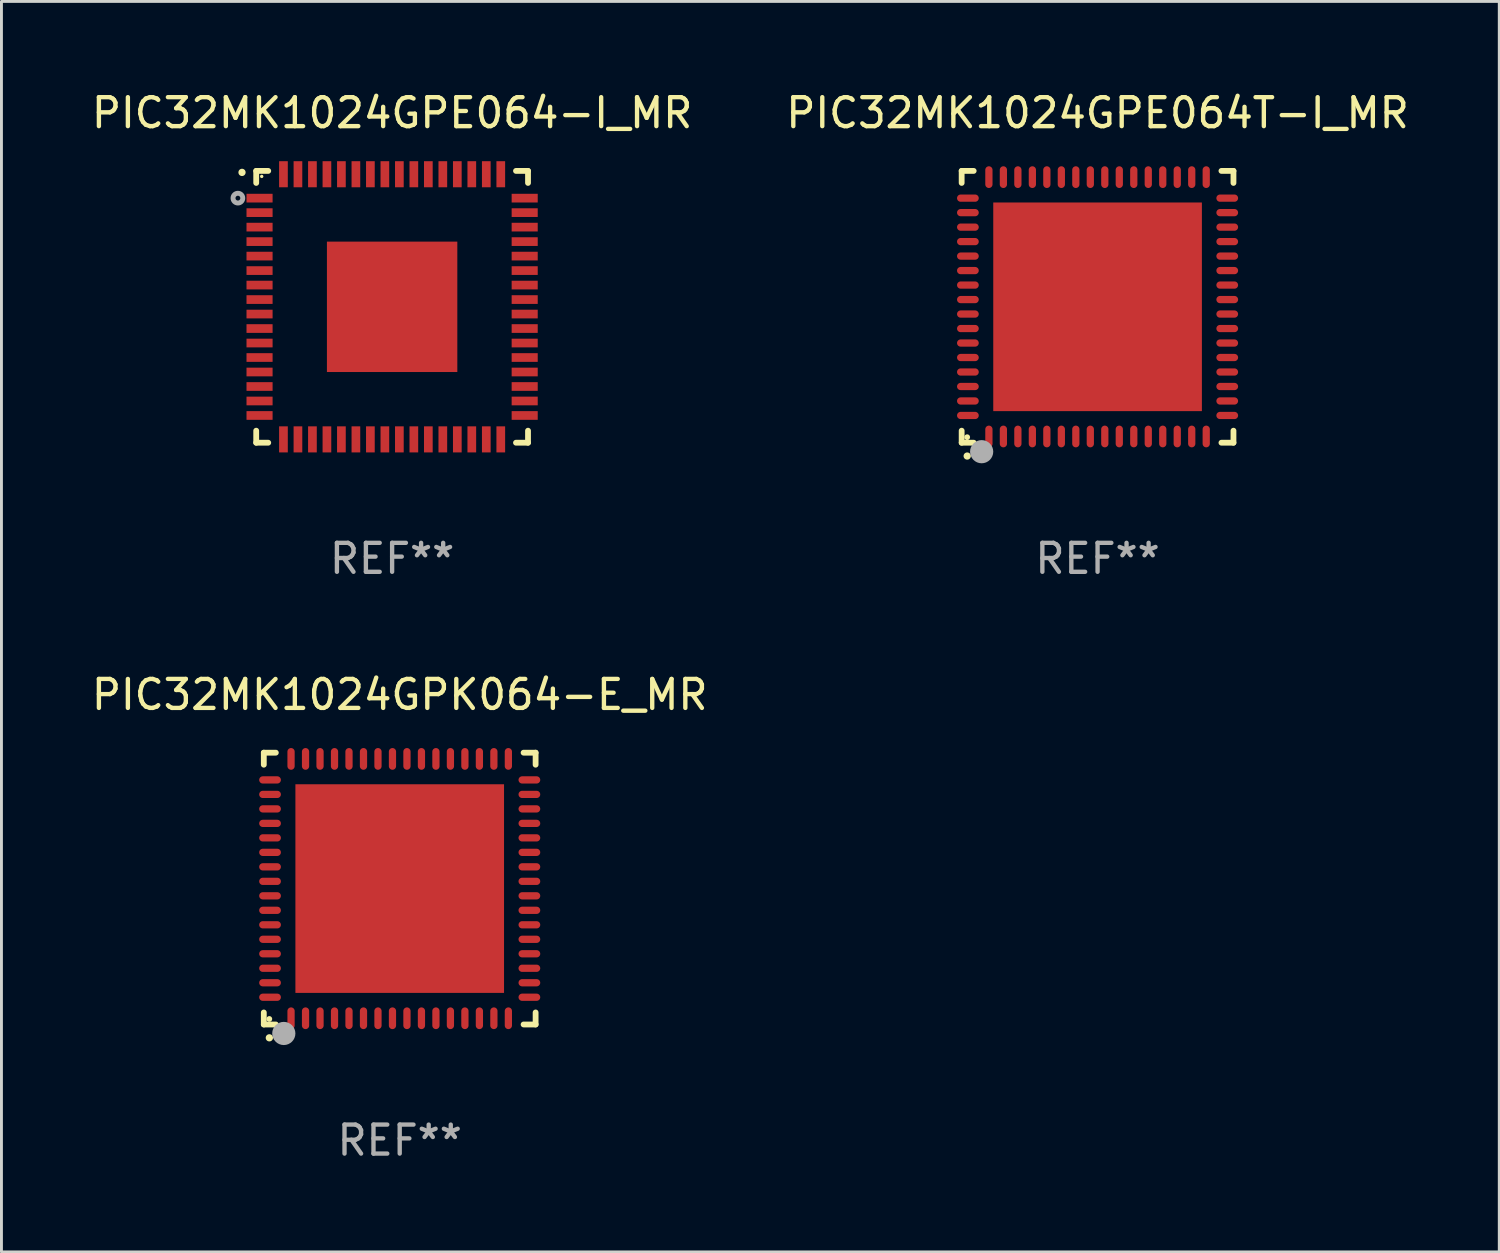
<source format=kicad_pcb>
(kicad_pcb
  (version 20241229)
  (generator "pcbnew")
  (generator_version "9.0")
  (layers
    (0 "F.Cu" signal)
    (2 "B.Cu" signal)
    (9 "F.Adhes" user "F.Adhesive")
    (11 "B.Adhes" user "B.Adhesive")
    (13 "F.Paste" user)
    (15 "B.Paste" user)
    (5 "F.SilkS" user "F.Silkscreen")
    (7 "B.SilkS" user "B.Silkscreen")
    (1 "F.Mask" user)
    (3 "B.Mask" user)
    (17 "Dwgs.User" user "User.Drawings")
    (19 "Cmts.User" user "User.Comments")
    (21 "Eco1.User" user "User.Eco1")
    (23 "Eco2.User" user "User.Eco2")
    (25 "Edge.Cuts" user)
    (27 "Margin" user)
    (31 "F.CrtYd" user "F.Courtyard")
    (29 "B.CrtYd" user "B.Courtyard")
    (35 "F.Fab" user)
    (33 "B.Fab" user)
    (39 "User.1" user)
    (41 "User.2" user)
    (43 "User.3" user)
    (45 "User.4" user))
  (footprint "PIC32MK1024GPK064-E_MR"
    (layer "F.Cu")
    (at 10.744 27.615)
    (property "Reference" "PIC32MK1024GPK064-E_MR" (at 0 -6.69 0) (layer "F.SilkS") (effects (font (size 1 1) (thickness 0.15))))
    (attr through_hole)
    (fp_line (start -4.69 -4.69) (end -4.275 -4.69) (stroke (width 0.2) (type solid)) (layer "F.SilkS"))
    (fp_line (start -4.69 -4.275) (end -4.69 -4.69) (stroke (width 0.2) (type solid)) (layer "F.SilkS"))
    (fp_line (start -4.69 4.69) (end -4.69 4.275) (stroke (width 0.2) (type solid)) (layer "F.SilkS"))
    (fp_line (start -4.275 4.69) (end -4.69 4.69) (stroke (width 0.2) (type solid)) (layer "F.SilkS"))
    (fp_line (start 4.275 4.69) (end 4.69 4.69) (stroke (width 0.2) (type solid)) (layer "F.SilkS"))
    (fp_line (start 4.69 -4.69) (end 4.275 -4.69) (stroke (width 0.2) (type solid)) (layer "F.SilkS"))
    (fp_line (start 4.69 -4.275) (end 4.69 -4.69) (stroke (width 0.2) (type solid)) (layer "F.SilkS"))
    (fp_line (start 4.69 4.69) (end 4.69 4.275) (stroke (width 0.2) (type solid)) (layer "F.SilkS"))
    (fp_arc (start -4.499886 5.15) (mid -4.498616 5.149994) (end -4.497346 5.15) (stroke (width 0.24892) (type solid)) (layer "F.SilkS"))
    (fp_circle (center -4.5 4.5) (end -4.45 4.5) (stroke (width 0.1) (type solid)) (fill no) (layer "F.SilkS"))
    (fp_circle (center -4 5) (end -3.8 5) (stroke (width 0.4) (type solid)) (fill no) (layer "F.Fab"))
    (fp_text user "REF**" (at 0 8.69 0) (layer "F.Fab") (effects (font (size 1 1) (thickness 0.15))))
    (pad "1" smd oval (at -3.75 4.475) (size 0.25 0.75) (layers "F.Cu" "F.Mask" "F.Paste"))
    (pad "2" smd oval (at -3.25 4.475) (size 0.25 0.75) (layers "F.Cu" "F.Mask" "F.Paste"))
    (pad "3" smd oval (at -2.75 4.475) (size 0.25 0.75) (layers "F.Cu" "F.Mask" "F.Paste"))
    (pad "4" smd oval (at -2.25 4.475) (size 0.25 0.75) (layers "F.Cu" "F.Mask" "F.Paste"))
    (pad "5" smd oval (at -1.75 4.475) (size 0.25 0.75) (layers "F.Cu" "F.Mask" "F.Paste"))
    (pad "6" smd oval (at -1.25 4.475) (size 0.25 0.75) (layers "F.Cu" "F.Mask" "F.Paste"))
    (pad "7" smd oval (at -0.75 4.475) (size 0.25 0.75) (layers "F.Cu" "F.Mask" "F.Paste"))
    (pad "8" smd oval (at -0.25 4.475) (size 0.25 0.75) (layers "F.Cu" "F.Mask" "F.Paste"))
    (pad "9" smd oval (at 0.25 4.475) (size 0.25 0.75) (layers "F.Cu" "F.Mask" "F.Paste"))
    (pad "10" smd oval (at 0.75 4.475) (size 0.25 0.75) (layers "F.Cu" "F.Mask" "F.Paste"))
    (pad "11" smd oval (at 1.25 4.475) (size 0.25 0.75) (layers "F.Cu" "F.Mask" "F.Paste"))
    (pad "12" smd oval (at 1.75 4.475) (size 0.25 0.75) (layers "F.Cu" "F.Mask" "F.Paste"))
    (pad "13" smd oval (at 2.25 4.475) (size 0.25 0.75) (layers "F.Cu" "F.Mask" "F.Paste"))
    (pad "14" smd oval (at 2.75 4.475) (size 0.25 0.75) (layers "F.Cu" "F.Mask" "F.Paste"))
    (pad "15" smd oval (at 3.25 4.475) (size 0.25 0.75) (layers "F.Cu" "F.Mask" "F.Paste"))
    (pad "16" smd oval (at 3.75 4.475) (size 0.25 0.75) (layers "F.Cu" "F.Mask" "F.Paste"))
    (pad "17" smd oval (at 4.475 3.75) (size 0.75 0.25) (layers "F.Cu" "F.Mask" "F.Paste"))
    (pad "18" smd oval (at 4.475 3.25) (size 0.75 0.25) (layers "F.Cu" "F.Mask" "F.Paste"))
    (pad "19" smd oval (at 4.475 2.75) (size 0.75 0.25) (layers "F.Cu" "F.Mask" "F.Paste"))
    (pad "20" smd oval (at 4.475 2.25) (size 0.75 0.25) (layers "F.Cu" "F.Mask" "F.Paste"))
    (pad "21" smd oval (at 4.475 1.75) (size 0.75 0.25) (layers "F.Cu" "F.Mask" "F.Paste"))
    (pad "22" smd oval (at 4.475 1.25) (size 0.75 0.25) (layers "F.Cu" "F.Mask" "F.Paste"))
    (pad "23" smd oval (at 4.475 0.75) (size 0.75 0.25) (layers "F.Cu" "F.Mask" "F.Paste"))
    (pad "24" smd oval (at 4.475 0.25) (size 0.75 0.25) (layers "F.Cu" "F.Mask" "F.Paste"))
    (pad "25" smd oval (at 4.475 -0.25) (size 0.75 0.25) (layers "F.Cu" "F.Mask" "F.Paste"))
    (pad "26" smd oval (at 4.475 -0.75) (size 0.75 0.25) (layers "F.Cu" "F.Mask" "F.Paste"))
    (pad "27" smd oval (at 4.475 -1.25) (size 0.75 0.25) (layers "F.Cu" "F.Mask" "F.Paste"))
    (pad "28" smd oval (at 4.475 -1.75) (size 0.75 0.25) (layers "F.Cu" "F.Mask" "F.Paste"))
    (pad "29" smd oval (at 4.475 -2.25) (size 0.75 0.25) (layers "F.Cu" "F.Mask" "F.Paste"))
    (pad "30" smd oval (at 4.475 -2.75) (size 0.75 0.25) (layers "F.Cu" "F.Mask" "F.Paste"))
    (pad "31" smd oval (at 4.475 -3.25) (size 0.75 0.25) (layers "F.Cu" "F.Mask" "F.Paste"))
    (pad "32" smd oval (at 4.475 -3.75) (size 0.75 0.25) (layers "F.Cu" "F.Mask" "F.Paste"))
    (pad "33" smd oval (at 3.75 -4.475) (size 0.25 0.75) (layers "F.Cu" "F.Mask" "F.Paste"))
    (pad "34" smd oval (at 3.25 -4.475) (size 0.25 0.75) (layers "F.Cu" "F.Mask" "F.Paste"))
    (pad "35" smd oval (at 2.75 -4.475) (size 0.25 0.75) (layers "F.Cu" "F.Mask" "F.Paste"))
    (pad "36" smd oval (at 2.25 -4.475) (size 0.25 0.75) (layers "F.Cu" "F.Mask" "F.Paste"))
    (pad "37" smd oval (at 1.75 -4.475) (size 0.25 0.75) (layers "F.Cu" "F.Mask" "F.Paste"))
    (pad "38" smd oval (at 1.25 -4.475) (size 0.25 0.75) (layers "F.Cu" "F.Mask" "F.Paste"))
    (pad "39" smd oval (at 0.75 -4.475) (size 0.25 0.75) (layers "F.Cu" "F.Mask" "F.Paste"))
    (pad "40" smd oval (at 0.25 -4.475) (size 0.25 0.75) (layers "F.Cu" "F.Mask" "F.Paste"))
    (pad "41" smd oval (at -0.25 -4.475) (size 0.25 0.75) (layers "F.Cu" "F.Mask" "F.Paste"))
    (pad "42" smd oval (at -0.75 -4.475) (size 0.25 0.75) (layers "F.Cu" "F.Mask" "F.Paste"))
    (pad "43" smd oval (at -1.25 -4.475) (size 0.25 0.75) (layers "F.Cu" "F.Mask" "F.Paste"))
    (pad "44" smd oval (at -1.75 -4.475) (size 0.25 0.75) (layers "F.Cu" "F.Mask" "F.Paste"))
    (pad "45" smd oval (at -2.25 -4.475) (size 0.25 0.75) (layers "F.Cu" "F.Mask" "F.Paste"))
    (pad "46" smd oval (at -2.75 -4.475) (size 0.25 0.75) (layers "F.Cu" "F.Mask" "F.Paste"))
    (pad "47" smd oval (at -3.25 -4.475) (size 0.25 0.75) (layers "F.Cu" "F.Mask" "F.Paste"))
    (pad "48" smd oval (at -3.75 -4.475) (size 0.25 0.75) (layers "F.Cu" "F.Mask" "F.Paste"))
    (pad "49" smd oval (at -4.475 -3.75) (size 0.75 0.25) (layers "F.Cu" "F.Mask" "F.Paste"))
    (pad "50" smd oval (at -4.475 -3.25) (size 0.75 0.25) (layers "F.Cu" "F.Mask" "F.Paste"))
    (pad "51" smd oval (at -4.475 -2.75) (size 0.75 0.25) (layers "F.Cu" "F.Mask" "F.Paste"))
    (pad "52" smd oval (at -4.475 -2.25) (size 0.75 0.25) (layers "F.Cu" "F.Mask" "F.Paste"))
    (pad "53" smd oval (at -4.475 -1.75) (size 0.75 0.25) (layers "F.Cu" "F.Mask" "F.Paste"))
    (pad "54" smd oval (at -4.475 -1.25) (size 0.75 0.25) (layers "F.Cu" "F.Mask" "F.Paste"))
    (pad "55" smd oval (at -4.475 -0.75) (size 0.75 0.25) (layers "F.Cu" "F.Mask" "F.Paste"))
    (pad "56" smd oval (at -4.475 -0.25) (size 0.75 0.25) (layers "F.Cu" "F.Mask" "F.Paste"))
    (pad "57" smd oval (at -4.475 0.25) (size 0.75 0.25) (layers "F.Cu" "F.Mask" "F.Paste"))
    (pad "58" smd oval (at -4.475 0.75) (size 0.75 0.25) (layers "F.Cu" "F.Mask" "F.Paste"))
    (pad "59" smd oval (at -4.475 1.25) (size 0.75 0.25) (layers "F.Cu" "F.Mask" "F.Paste"))
    (pad "60" smd oval (at -4.475 1.75) (size 0.75 0.25) (layers "F.Cu" "F.Mask" "F.Paste"))
    (pad "61" smd oval (at -4.475 2.25) (size 0.75 0.25) (layers "F.Cu" "F.Mask" "F.Paste"))
    (pad "62" smd oval (at -4.475 2.75) (size 0.75 0.25) (layers "F.Cu" "F.Mask" "F.Paste"))
    (pad "63" smd oval (at -4.475 3.25) (size 0.75 0.25) (layers "F.Cu" "F.Mask" "F.Paste"))
    (pad "64" smd oval (at -4.475 3.75) (size 0.75 0.25) (layers "F.Cu" "F.Mask" "F.Paste"))
    (pad "65" smd rect (at 0.000368 0.000013) (size 7.2 7.2) (layers "F.Cu" "F.Mask" "F.Paste")))
  (footprint "PIC32MK1024GPE064-I_MR"
    (layer "F.Cu")
    (at 10.482 7.538)
    (property "Reference" "PIC32MK1024GPE064-I_MR" (at 0 -6.69 0) (layer "F.SilkS") (effects (font (size 1 1) (thickness 0.15))))
    (attr through_hole)
    (fp_line (start -4.69 -4.69) (end -4.275 -4.69) (stroke (width 0.2) (type solid)) (layer "F.SilkS"))
    (fp_line (start -4.69 -4.275) (end -4.69 -4.69) (stroke (width 0.2) (type solid)) (layer "F.SilkS"))
    (fp_line (start -4.69 4.275) (end -4.69 4.69) (stroke (width 0.2) (type solid)) (layer "F.SilkS"))
    (fp_line (start -4.69 4.69) (end -4.275 4.69) (stroke (width 0.2) (type solid)) (layer "F.SilkS"))
    (fp_line (start 4.275 -4.69) (end 4.69 -4.69) (stroke (width 0.2) (type solid)) (layer "F.SilkS"))
    (fp_line (start 4.275 4.69) (end 4.69 4.69) (stroke (width 0.2) (type solid)) (layer "F.SilkS"))
    (fp_line (start 4.69 -4.69) (end 4.69 -4.275) (stroke (width 0.2) (type solid)) (layer "F.SilkS"))
    (fp_line (start 4.69 4.69) (end 4.69 4.275) (stroke (width 0.2) (type solid)) (layer "F.SilkS"))
    (fp_arc (start -5.18001 -4.637338) (mid -5.180016 -4.638608) (end -5.18001 -4.639878) (stroke (width 0.24892) (type solid)) (layer "F.SilkS"))
    (fp_circle (center -4.5 -4.5) (end -4.47 -4.5) (stroke (width 0.06) (type solid)) (fill no) (layer "F.SilkS"))
    (fp_circle (center -5.322 -3.75) (end -5.239 -3.75) (stroke (width 0.17) (type solid)) (fill no) (layer "F.Fab"))
    (fp_text user "REF**" (at 0 8.69 0) (layer "F.Fab") (effects (font (size 1 1) (thickness 0.15))))
    (pad "1" smd rect (at -4.575 -3.75) (size 0.9 0.3) (layers "F.Cu" "F.Mask" "F.Paste"))
    (pad "2" smd rect (at -4.575 -3.25) (size 0.9 0.3) (layers "F.Cu" "F.Mask" "F.Paste"))
    (pad "3" smd rect (at -4.575 -2.75) (size 0.9 0.3) (layers "F.Cu" "F.Mask" "F.Paste"))
    (pad "4" smd rect (at -4.575 -2.25) (size 0.9 0.3) (layers "F.Cu" "F.Mask" "F.Paste"))
    (pad "5" smd rect (at -4.575 -1.75) (size 0.9 0.3) (layers "F.Cu" "F.Mask" "F.Paste"))
    (pad "6" smd rect (at -4.575 -1.25) (size 0.9 0.3) (layers "F.Cu" "F.Mask" "F.Paste"))
    (pad "7" smd rect (at -4.575 -0.75) (size 0.9 0.3) (layers "F.Cu" "F.Mask" "F.Paste"))
    (pad "8" smd rect (at -4.575 -0.25) (size 0.9 0.3) (layers "F.Cu" "F.Mask" "F.Paste"))
    (pad "9" smd rect (at -4.575 0.25) (size 0.9 0.3) (layers "F.Cu" "F.Mask" "F.Paste"))
    (pad "10" smd rect (at -4.575 0.75) (size 0.9 0.3) (layers "F.Cu" "F.Mask" "F.Paste"))
    (pad "11" smd rect (at -4.575 1.25) (size 0.9 0.3) (layers "F.Cu" "F.Mask" "F.Paste"))
    (pad "12" smd rect (at -4.575 1.75) (size 0.9 0.3) (layers "F.Cu" "F.Mask" "F.Paste"))
    (pad "13" smd rect (at -4.575 2.25) (size 0.9 0.3) (layers "F.Cu" "F.Mask" "F.Paste"))
    (pad "14" smd rect (at -4.575 2.75) (size 0.9 0.3) (layers "F.Cu" "F.Mask" "F.Paste"))
    (pad "15" smd rect (at -4.575 3.25) (size 0.9 0.3) (layers "F.Cu" "F.Mask" "F.Paste"))
    (pad "16" smd rect (at -4.575 3.75) (size 0.9 0.3) (layers "F.Cu" "F.Mask" "F.Paste"))
    (pad "17" smd rect (at -3.75 4.575 90) (size 0.9 0.3) (layers "F.Cu" "F.Mask" "F.Paste"))
    (pad "18" smd rect (at -3.25 4.575 90) (size 0.9 0.3) (layers "F.Cu" "F.Mask" "F.Paste"))
    (pad "19" smd rect (at -2.75 4.575 90) (size 0.9 0.3) (layers "F.Cu" "F.Mask" "F.Paste"))
    (pad "20" smd rect (at -2.25 4.575 90) (size 0.9 0.3) (layers "F.Cu" "F.Mask" "F.Paste"))
    (pad "21" smd rect (at -1.75 4.575 90) (size 0.9 0.3) (layers "F.Cu" "F.Mask" "F.Paste"))
    (pad "22" smd rect (at -1.25 4.575 90) (size 0.9 0.3) (layers "F.Cu" "F.Mask" "F.Paste"))
    (pad "23" smd rect (at -0.75 4.575 90) (size 0.9 0.3) (layers "F.Cu" "F.Mask" "F.Paste"))
    (pad "24" smd rect (at -0.25 4.575 90) (size 0.9 0.3) (layers "F.Cu" "F.Mask" "F.Paste"))
    (pad "25" smd rect (at 0.25 4.575 90) (size 0.9 0.3) (layers "F.Cu" "F.Mask" "F.Paste"))
    (pad "26" smd rect (at 0.75 4.575 90) (size 0.9 0.3) (layers "F.Cu" "F.Mask" "F.Paste"))
    (pad "27" smd rect (at 1.25 4.575 90) (size 0.9 0.3) (layers "F.Cu" "F.Mask" "F.Paste"))
    (pad "28" smd rect (at 1.75 4.575 90) (size 0.9 0.3) (layers "F.Cu" "F.Mask" "F.Paste"))
    (pad "29" smd rect (at 2.25 4.575 90) (size 0.9 0.3) (layers "F.Cu" "F.Mask" "F.Paste"))
    (pad "30" smd rect (at 2.75 4.575 90) (size 0.9 0.3) (layers "F.Cu" "F.Mask" "F.Paste"))
    (pad "31" smd rect (at 3.25 4.575 90) (size 0.9 0.3) (layers "F.Cu" "F.Mask" "F.Paste"))
    (pad "32" smd rect (at 3.75 4.575 90) (size 0.9 0.3) (layers "F.Cu" "F.Mask" "F.Paste"))
    (pad "33" smd rect (at 4.575 3.75 180) (size 0.9 0.3) (layers "F.Cu" "F.Mask" "F.Paste"))
    (pad "34" smd rect (at 4.575 3.25) (size 0.9 0.3) (layers "F.Cu" "F.Mask" "F.Paste"))
    (pad "35" smd rect (at 4.575 2.75) (size 0.9 0.3) (layers "F.Cu" "F.Mask" "F.Paste"))
    (pad "36" smd rect (at 4.575 2.25) (size 0.9 0.3) (layers "F.Cu" "F.Mask" "F.Paste"))
    (pad "37" smd rect (at 4.575 1.75) (size 0.9 0.3) (layers "F.Cu" "F.Mask" "F.Paste"))
    (pad "38" smd rect (at 4.575 1.25) (size 0.9 0.3) (layers "F.Cu" "F.Mask" "F.Paste"))
    (pad "39" smd rect (at 4.575 0.75) (size 0.9 0.3) (layers "F.Cu" "F.Mask" "F.Paste"))
    (pad "40" smd rect (at 4.575 0.25) (size 0.9 0.3) (layers "F.Cu" "F.Mask" "F.Paste"))
    (pad "41" smd rect (at 4.575 -0.25) (size 0.9 0.3) (layers "F.Cu" "F.Mask" "F.Paste"))
    (pad "42" smd rect (at 4.575 -0.75) (size 0.9 0.3) (layers "F.Cu" "F.Mask" "F.Paste"))
    (pad "43" smd rect (at 4.575 -1.25) (size 0.9 0.3) (layers "F.Cu" "F.Mask" "F.Paste"))
    (pad "44" smd rect (at 4.575 -1.75) (size 0.9 0.3) (layers "F.Cu" "F.Mask" "F.Paste"))
    (pad "45" smd rect (at 4.575 -2.25) (size 0.9 0.3) (layers "F.Cu" "F.Mask" "F.Paste"))
    (pad "46" smd rect (at 4.575 -2.75) (size 0.9 0.3) (layers "F.Cu" "F.Mask" "F.Paste"))
    (pad "47" smd rect (at 4.575 -3.25) (size 0.9 0.3) (layers "F.Cu" "F.Mask" "F.Paste"))
    (pad "48" smd rect (at 4.575 -3.75) (size 0.9 0.3) (layers "F.Cu" "F.Mask" "F.Paste"))
    (pad "49" smd rect (at 3.75 -4.575 90) (size 0.9 0.3) (layers "F.Cu" "F.Mask" "F.Paste"))
    (pad "50" smd rect (at 3.25 -4.575 90) (size 0.9 0.3) (layers "F.Cu" "F.Mask" "F.Paste"))
    (pad "51" smd rect (at 2.75 -4.575 90) (size 0.9 0.3) (layers "F.Cu" "F.Mask" "F.Paste"))
    (pad "52" smd rect (at 2.25 -4.575 90) (size 0.9 0.3) (layers "F.Cu" "F.Mask" "F.Paste"))
    (pad "53" smd rect (at 1.75 -4.575 90) (size 0.9 0.3) (layers "F.Cu" "F.Mask" "F.Paste"))
    (pad "54" smd rect (at 1.25 -4.575 90) (size 0.9 0.3) (layers "F.Cu" "F.Mask" "F.Paste"))
    (pad "55" smd rect (at 0.75 -4.575 90) (size 0.9 0.3) (layers "F.Cu" "F.Mask" "F.Paste"))
    (pad "56" smd rect (at 0.25 -4.575 90) (size 0.9 0.3) (layers "F.Cu" "F.Mask" "F.Paste"))
    (pad "57" smd rect (at -0.25 -4.575 90) (size 0.9 0.3) (layers "F.Cu" "F.Mask" "F.Paste"))
    (pad "58" smd rect (at -0.75 -4.575 90) (size 0.9 0.3) (layers "F.Cu" "F.Mask" "F.Paste"))
    (pad "59" smd rect (at -1.25 -4.575 90) (size 0.9 0.3) (layers "F.Cu" "F.Mask" "F.Paste"))
    (pad "60" smd rect (at -1.75 -4.575 90) (size 0.9 0.3) (layers "F.Cu" "F.Mask" "F.Paste"))
    (pad "61" smd rect (at -2.25 -4.575 90) (size 0.9 0.3) (layers "F.Cu" "F.Mask" "F.Paste"))
    (pad "62" smd rect (at -2.75 -4.575 90) (size 0.9 0.3) (layers "F.Cu" "F.Mask" "F.Paste"))
    (pad "63" smd rect (at -3.25 -4.575 90) (size 0.9 0.3) (layers "F.Cu" "F.Mask" "F.Paste"))
    (pad "64" smd rect (at -3.75 -4.575 90) (size 0.9 0.3) (layers "F.Cu" "F.Mask" "F.Paste"))
    (pad "65" smd rect (at 0 0.000381) (size 4.5 4.5) (layers "F.Cu" "F.Mask" "F.Paste")))
  (footprint "PIC32MK1024GPE064T-I_MR"
    (layer "F.Cu")
    (at 34.827 7.538)
    (property "Reference" "PIC32MK1024GPE064T-I_MR" (at 0 -6.69 0) (layer "F.SilkS") (effects (font (size 1 1) (thickness 0.15))))
    (attr through_hole)
    (fp_line (start -4.69 -4.69) (end -4.275 -4.69) (stroke (width 0.2) (type solid)) (layer "F.SilkS"))
    (fp_line (start -4.69 -4.275) (end -4.69 -4.69) (stroke (width 0.2) (type solid)) (layer "F.SilkS"))
    (fp_line (start -4.69 4.69) (end -4.69 4.275) (stroke (width 0.2) (type solid)) (layer "F.SilkS"))
    (fp_line (start -4.275 4.69) (end -4.69 4.69) (stroke (width 0.2) (type solid)) (layer "F.SilkS"))
    (fp_line (start 4.275 4.69) (end 4.69 4.69) (stroke (width 0.2) (type solid)) (layer "F.SilkS"))
    (fp_line (start 4.69 -4.69) (end 4.275 -4.69) (stroke (width 0.2) (type solid)) (layer "F.SilkS"))
    (fp_line (start 4.69 -4.275) (end 4.69 -4.69) (stroke (width 0.2) (type solid)) (layer "F.SilkS"))
    (fp_line (start 4.69 4.69) (end 4.69 4.275) (stroke (width 0.2) (type solid)) (layer "F.SilkS"))
    (fp_arc (start -4.499886 5.15) (mid -4.498616 5.149994) (end -4.497346 5.15) (stroke (width 0.24892) (type solid)) (layer "F.SilkS"))
    (fp_circle (center -4.5 4.5) (end -4.45 4.5) (stroke (width 0.1) (type solid)) (fill no) (layer "F.SilkS"))
    (fp_circle (center -4 5) (end -3.8 5) (stroke (width 0.4) (type solid)) (fill no) (layer "F.Fab"))
    (fp_text user "REF**" (at 0 8.69 0) (layer "F.Fab") (effects (font (size 1 1) (thickness 0.15))))
    (pad "1" smd oval (at -3.75 4.475) (size 0.25 0.75) (layers "F.Cu" "F.Mask" "F.Paste"))
    (pad "2" smd oval (at -3.25 4.475) (size 0.25 0.75) (layers "F.Cu" "F.Mask" "F.Paste"))
    (pad "3" smd oval (at -2.75 4.475) (size 0.25 0.75) (layers "F.Cu" "F.Mask" "F.Paste"))
    (pad "4" smd oval (at -2.25 4.475) (size 0.25 0.75) (layers "F.Cu" "F.Mask" "F.Paste"))
    (pad "5" smd oval (at -1.75 4.475) (size 0.25 0.75) (layers "F.Cu" "F.Mask" "F.Paste"))
    (pad "6" smd oval (at -1.25 4.475) (size 0.25 0.75) (layers "F.Cu" "F.Mask" "F.Paste"))
    (pad "7" smd oval (at -0.75 4.475) (size 0.25 0.75) (layers "F.Cu" "F.Mask" "F.Paste"))
    (pad "8" smd oval (at -0.25 4.475) (size 0.25 0.75) (layers "F.Cu" "F.Mask" "F.Paste"))
    (pad "9" smd oval (at 0.25 4.475) (size 0.25 0.75) (layers "F.Cu" "F.Mask" "F.Paste"))
    (pad "10" smd oval (at 0.75 4.475) (size 0.25 0.75) (layers "F.Cu" "F.Mask" "F.Paste"))
    (pad "11" smd oval (at 1.25 4.475) (size 0.25 0.75) (layers "F.Cu" "F.Mask" "F.Paste"))
    (pad "12" smd oval (at 1.75 4.475) (size 0.25 0.75) (layers "F.Cu" "F.Mask" "F.Paste"))
    (pad "13" smd oval (at 2.25 4.475) (size 0.25 0.75) (layers "F.Cu" "F.Mask" "F.Paste"))
    (pad "14" smd oval (at 2.75 4.475) (size 0.25 0.75) (layers "F.Cu" "F.Mask" "F.Paste"))
    (pad "15" smd oval (at 3.25 4.475) (size 0.25 0.75) (layers "F.Cu" "F.Mask" "F.Paste"))
    (pad "16" smd oval (at 3.75 4.475) (size 0.25 0.75) (layers "F.Cu" "F.Mask" "F.Paste"))
    (pad "17" smd oval (at 4.475 3.75) (size 0.75 0.25) (layers "F.Cu" "F.Mask" "F.Paste"))
    (pad "18" smd oval (at 4.475 3.25) (size 0.75 0.25) (layers "F.Cu" "F.Mask" "F.Paste"))
    (pad "19" smd oval (at 4.475 2.75) (size 0.75 0.25) (layers "F.Cu" "F.Mask" "F.Paste"))
    (pad "20" smd oval (at 4.475 2.25) (size 0.75 0.25) (layers "F.Cu" "F.Mask" "F.Paste"))
    (pad "21" smd oval (at 4.475 1.75) (size 0.75 0.25) (layers "F.Cu" "F.Mask" "F.Paste"))
    (pad "22" smd oval (at 4.475 1.25) (size 0.75 0.25) (layers "F.Cu" "F.Mask" "F.Paste"))
    (pad "23" smd oval (at 4.475 0.75) (size 0.75 0.25) (layers "F.Cu" "F.Mask" "F.Paste"))
    (pad "24" smd oval (at 4.475 0.25) (size 0.75 0.25) (layers "F.Cu" "F.Mask" "F.Paste"))
    (pad "25" smd oval (at 4.475 -0.25) (size 0.75 0.25) (layers "F.Cu" "F.Mask" "F.Paste"))
    (pad "26" smd oval (at 4.475 -0.75) (size 0.75 0.25) (layers "F.Cu" "F.Mask" "F.Paste"))
    (pad "27" smd oval (at 4.475 -1.25) (size 0.75 0.25) (layers "F.Cu" "F.Mask" "F.Paste"))
    (pad "28" smd oval (at 4.475 -1.75) (size 0.75 0.25) (layers "F.Cu" "F.Mask" "F.Paste"))
    (pad "29" smd oval (at 4.475 -2.25) (size 0.75 0.25) (layers "F.Cu" "F.Mask" "F.Paste"))
    (pad "30" smd oval (at 4.475 -2.75) (size 0.75 0.25) (layers "F.Cu" "F.Mask" "F.Paste"))
    (pad "31" smd oval (at 4.475 -3.25) (size 0.75 0.25) (layers "F.Cu" "F.Mask" "F.Paste"))
    (pad "32" smd oval (at 4.475 -3.75) (size 0.75 0.25) (layers "F.Cu" "F.Mask" "F.Paste"))
    (pad "33" smd oval (at 3.75 -4.475) (size 0.25 0.75) (layers "F.Cu" "F.Mask" "F.Paste"))
    (pad "34" smd oval (at 3.25 -4.475) (size 0.25 0.75) (layers "F.Cu" "F.Mask" "F.Paste"))
    (pad "35" smd oval (at 2.75 -4.475) (size 0.25 0.75) (layers "F.Cu" "F.Mask" "F.Paste"))
    (pad "36" smd oval (at 2.25 -4.475) (size 0.25 0.75) (layers "F.Cu" "F.Mask" "F.Paste"))
    (pad "37" smd oval (at 1.75 -4.475) (size 0.25 0.75) (layers "F.Cu" "F.Mask" "F.Paste"))
    (pad "38" smd oval (at 1.25 -4.475) (size 0.25 0.75) (layers "F.Cu" "F.Mask" "F.Paste"))
    (pad "39" smd oval (at 0.75 -4.475) (size 0.25 0.75) (layers "F.Cu" "F.Mask" "F.Paste"))
    (pad "40" smd oval (at 0.25 -4.475) (size 0.25 0.75) (layers "F.Cu" "F.Mask" "F.Paste"))
    (pad "41" smd oval (at -0.25 -4.475) (size 0.25 0.75) (layers "F.Cu" "F.Mask" "F.Paste"))
    (pad "42" smd oval (at -0.75 -4.475) (size 0.25 0.75) (layers "F.Cu" "F.Mask" "F.Paste"))
    (pad "43" smd oval (at -1.25 -4.475) (size 0.25 0.75) (layers "F.Cu" "F.Mask" "F.Paste"))
    (pad "44" smd oval (at -1.75 -4.475) (size 0.25 0.75) (layers "F.Cu" "F.Mask" "F.Paste"))
    (pad "45" smd oval (at -2.25 -4.475) (size 0.25 0.75) (layers "F.Cu" "F.Mask" "F.Paste"))
    (pad "46" smd oval (at -2.75 -4.475) (size 0.25 0.75) (layers "F.Cu" "F.Mask" "F.Paste"))
    (pad "47" smd oval (at -3.25 -4.475) (size 0.25 0.75) (layers "F.Cu" "F.Mask" "F.Paste"))
    (pad "48" smd oval (at -3.75 -4.475) (size 0.25 0.75) (layers "F.Cu" "F.Mask" "F.Paste"))
    (pad "49" smd oval (at -4.475 -3.75) (size 0.75 0.25) (layers "F.Cu" "F.Mask" "F.Paste"))
    (pad "50" smd oval (at -4.475 -3.25) (size 0.75 0.25) (layers "F.Cu" "F.Mask" "F.Paste"))
    (pad "51" smd oval (at -4.475 -2.75) (size 0.75 0.25) (layers "F.Cu" "F.Mask" "F.Paste"))
    (pad "52" smd oval (at -4.475 -2.25) (size 0.75 0.25) (layers "F.Cu" "F.Mask" "F.Paste"))
    (pad "53" smd oval (at -4.475 -1.75) (size 0.75 0.25) (layers "F.Cu" "F.Mask" "F.Paste"))
    (pad "54" smd oval (at -4.475 -1.25) (size 0.75 0.25) (layers "F.Cu" "F.Mask" "F.Paste"))
    (pad "55" smd oval (at -4.475 -0.75) (size 0.75 0.25) (layers "F.Cu" "F.Mask" "F.Paste"))
    (pad "56" smd oval (at -4.475 -0.25) (size 0.75 0.25) (layers "F.Cu" "F.Mask" "F.Paste"))
    (pad "57" smd oval (at -4.475 0.25) (size 0.75 0.25) (layers "F.Cu" "F.Mask" "F.Paste"))
    (pad "58" smd oval (at -4.475 0.75) (size 0.75 0.25) (layers "F.Cu" "F.Mask" "F.Paste"))
    (pad "59" smd oval (at -4.475 1.25) (size 0.75 0.25) (layers "F.Cu" "F.Mask" "F.Paste"))
    (pad "60" smd oval (at -4.475 1.75) (size 0.75 0.25) (layers "F.Cu" "F.Mask" "F.Paste"))
    (pad "61" smd oval (at -4.475 2.25) (size 0.75 0.25) (layers "F.Cu" "F.Mask" "F.Paste"))
    (pad "62" smd oval (at -4.475 2.75) (size 0.75 0.25) (layers "F.Cu" "F.Mask" "F.Paste"))
    (pad "63" smd oval (at -4.475 3.25) (size 0.75 0.25) (layers "F.Cu" "F.Mask" "F.Paste"))
    (pad "64" smd oval (at -4.475 3.75) (size 0.75 0.25) (layers "F.Cu" "F.Mask" "F.Paste"))
    (pad "65" smd rect (at 0.000368 0.000013) (size 7.2 7.2) (layers "F.Cu" "F.Mask" "F.Paste")))
  (gr_rect
    (start -3 -3)
    (end 48.69 40.153)
    (stroke (width 0.1) (type default))
    (fill no)
    (layer "Edge.Cuts")))
</source>
